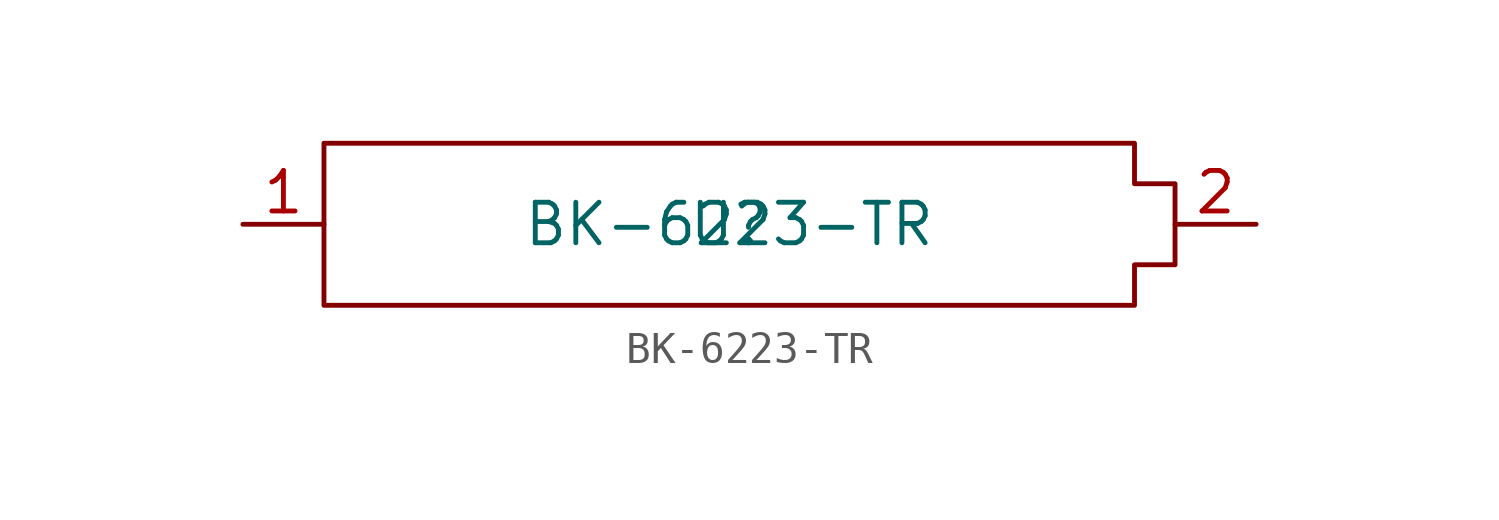
<source format=kicad_sym>
(kicad_symbol_lib
  (version 20211014)
  (generator kicad_symbol_editor)
  (symbol "BK-6223-TR"
    (property "Reference" "U"
      (at 0 0 0)
      (effects (font (size 1.27 1.27))))
    (property "Value" "BK-6223-TR"
      (at 0 0 0)
      (effects (font (size 1.27 1.27))))
    (symbol "BK-6223-TR_0_1"
      (polyline (pts (xy 12.7 -2.54) (xy 12.7 -1.27) (xy 13.97 -1.27) (xy 13.97 1.27) (xy 12.7 1.27) (xy 12.7 2.54) (xy -12.7 2.54) (xy -12.7 -2.54) (xy 12.7 -2.54)) (stroke (width 0) (type default) (color 0 0 0 0)) (fill (type none))))
    (symbol "BK-6223-TR_1_1"
      (pin unspecified line (at -15.24 0 0) (length 2.54) (name "" (effects (font (size 1.27 1.27)))) (number "1" (effects (font (size 1.27 1.27)))))
      (pin unspecified line (at 16.51 0 180) (length 2.54) (name "" (effects (font (size 1.27 1.27)))) (number "2" (effects (font (size 1.27 1.27))))))))
</source>
